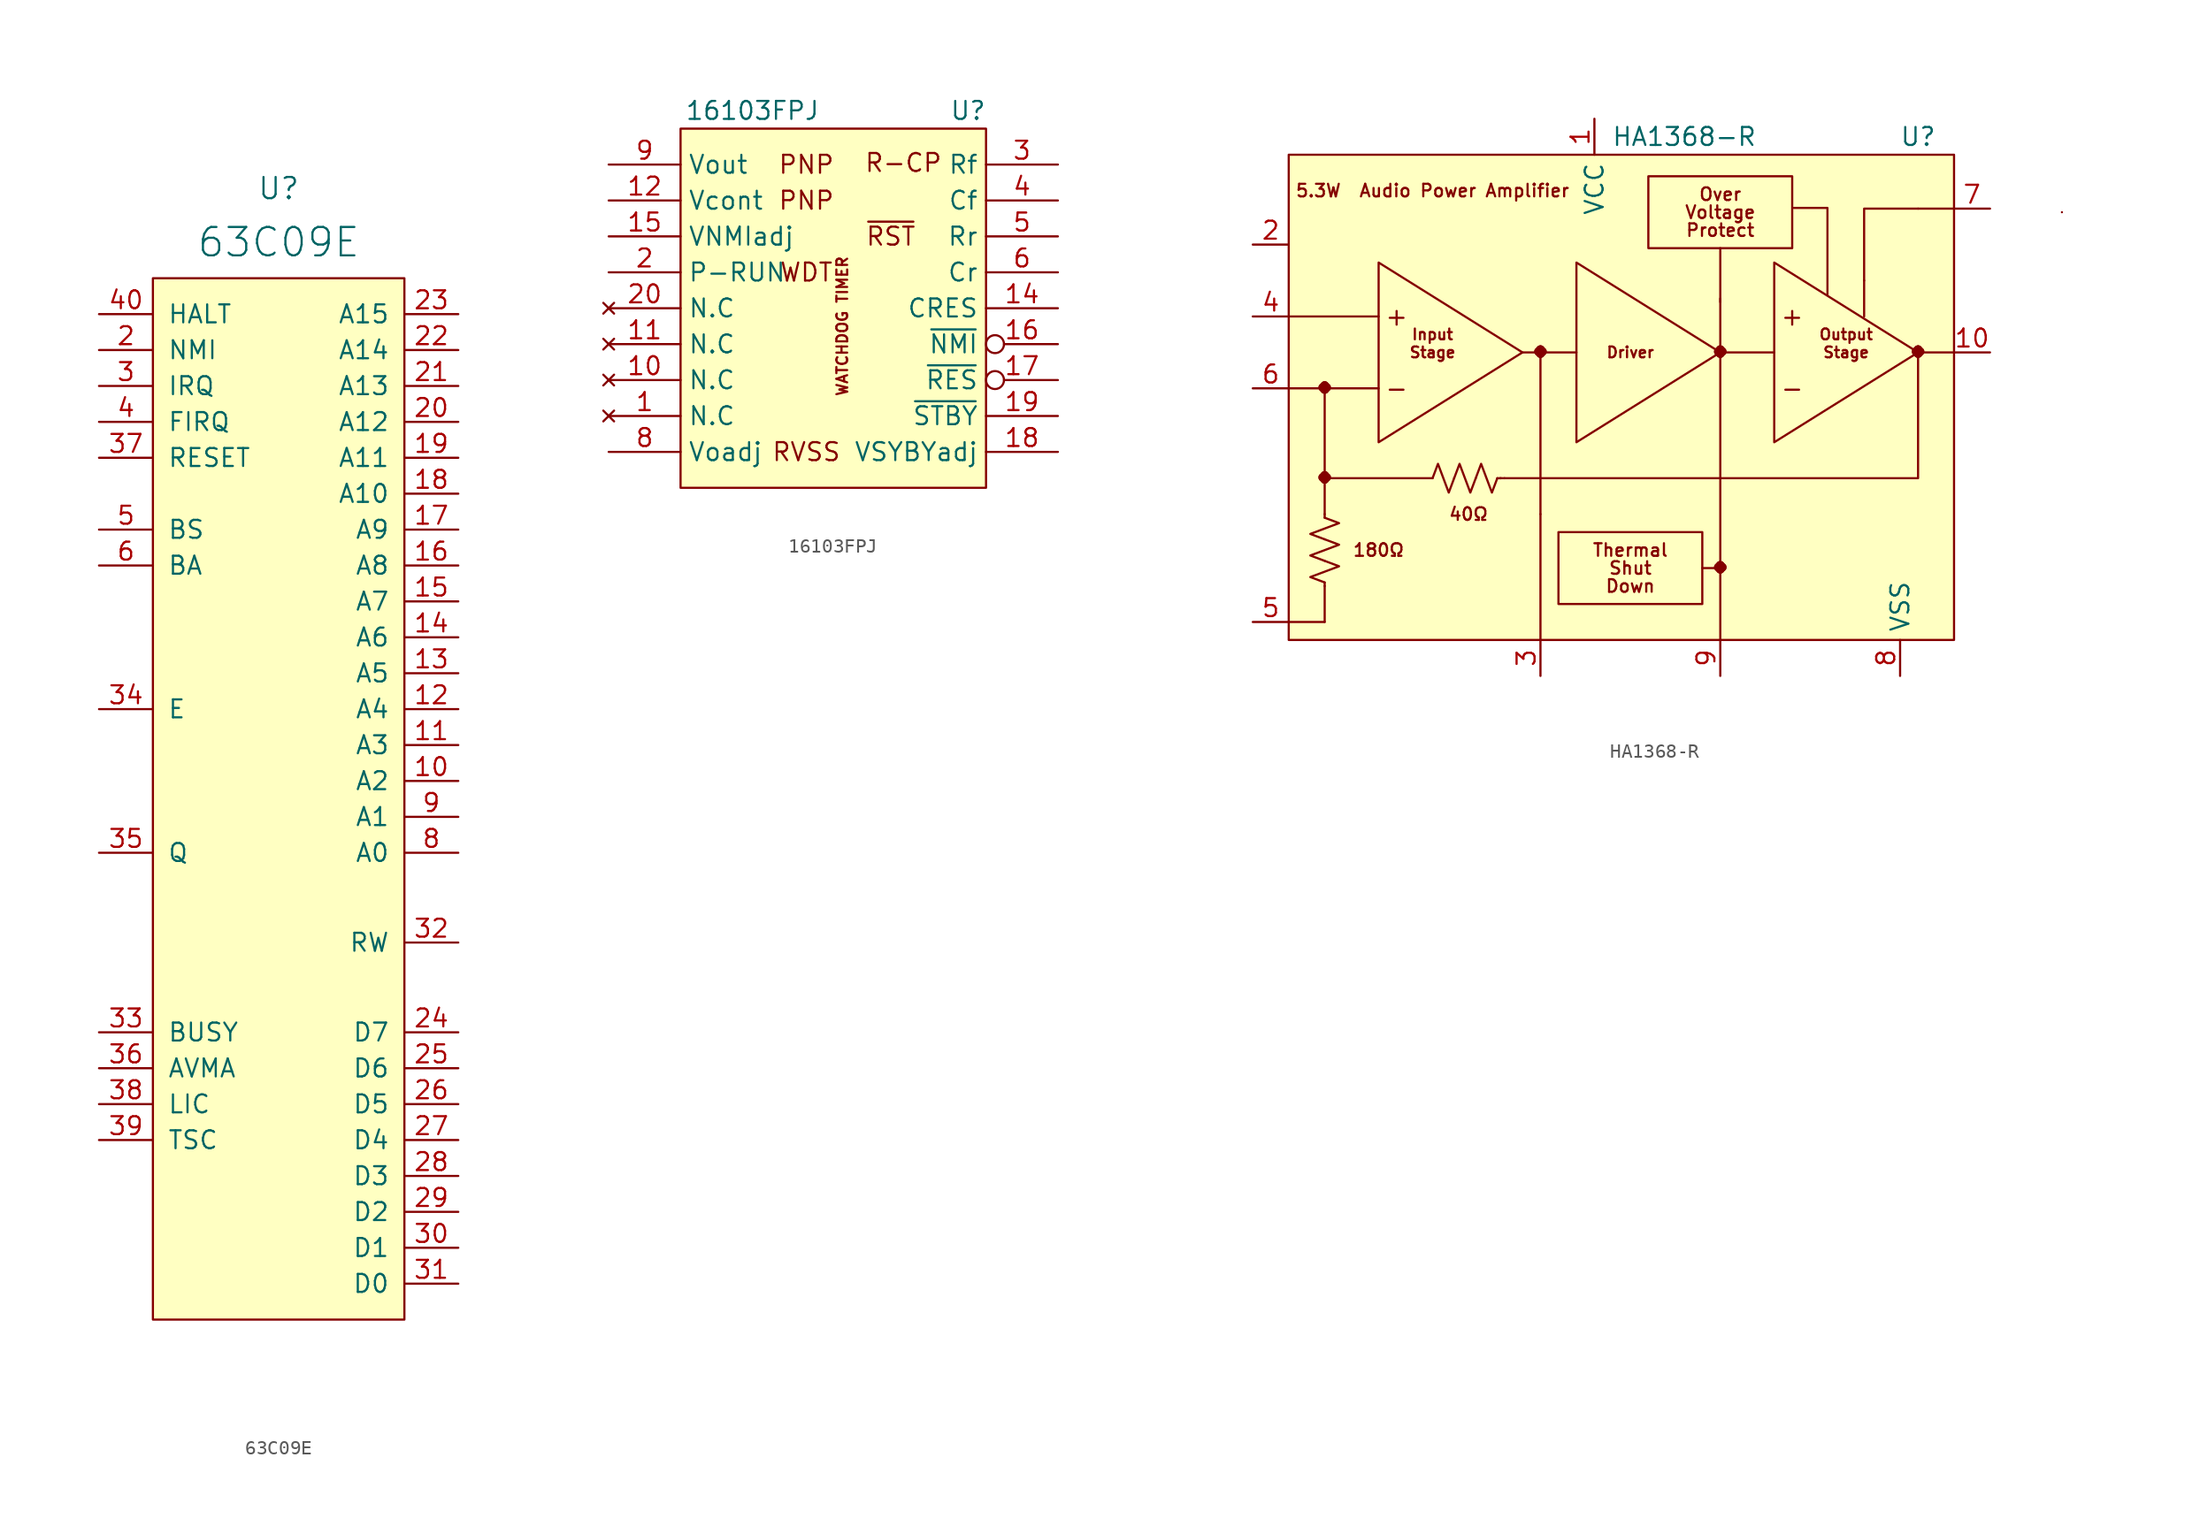
<source format=kicad_sym>
(kicad_symbol_lib
  (version 20220914)
  (generator kicad_symbol_editor)
  (symbol "63C09E"
    (pin_names
      (offset 1.016))
    (property "Reference" "U"
      (at 8.89 6.35 0)
      (effects (font (size 1.499 1.499))))
    (property "Value" "63C09E"
      (at 8.89 2.54 0)
      (effects (font (size 2.007 2.007))))
    (symbol "63C09E_0_1"
      (rectangle (start 0 0) (end 17.78 -73.66) (stroke (width 0) (type default)) (fill (type background))))
    (symbol "63C09E_1_1"
      (pin input line (at -3.81 -68.58 0) (length 3.81) hide (name "GND" (effects (font (size 1.27 1.27)))) (number "1" (effects (font (size 1.27 1.27)))))
      (pin input line (at 21.59 -35.56 180) (length 3.81) (name "A2" (effects (font (size 1.27 1.27)))) (number "10" (effects (font (size 1.27 1.27)))))
      (pin input line (at 21.59 -33.02 180) (length 3.81) (name "A3" (effects (font (size 1.27 1.27)))) (number "11" (effects (font (size 1.27 1.27)))))
      (pin input line (at 21.59 -30.48 180) (length 3.81) (name "A4" (effects (font (size 1.27 1.27)))) (number "12" (effects (font (size 1.27 1.27)))))
      (pin input line (at 21.59 -27.94 180) (length 3.81) (name "A5" (effects (font (size 1.27 1.27)))) (number "13" (effects (font (size 1.27 1.27)))))
      (pin input line (at 21.59 -25.4 180) (length 3.81) (name "A6" (effects (font (size 1.27 1.27)))) (number "14" (effects (font (size 1.27 1.27)))))
      (pin input line (at 21.59 -22.86 180) (length 3.81) (name "A7" (effects (font (size 1.27 1.27)))) (number "15" (effects (font (size 1.27 1.27)))))
      (pin input line (at 21.59 -20.32 180) (length 3.81) (name "A8" (effects (font (size 1.27 1.27)))) (number "16" (effects (font (size 1.27 1.27)))))
      (pin input line (at 21.59 -17.78 180) (length 3.81) (name "A9" (effects (font (size 1.27 1.27)))) (number "17" (effects (font (size 1.27 1.27)))))
      (pin input line (at 21.59 -15.24 180) (length 3.81) (name "A10" (effects (font (size 1.27 1.27)))) (number "18" (effects (font (size 1.27 1.27)))))
      (pin input line (at 21.59 -12.7 180) (length 3.81) (name "A11" (effects (font (size 1.27 1.27)))) (number "19" (effects (font (size 1.27 1.27)))))
      (pin input line (at -3.81 -5.08 0) (length 3.81) (name "NMI" (effects (font (size 1.27 1.27)))) (number "2" (effects (font (size 1.27 1.27)))))
      (pin input line (at 21.59 -10.16 180) (length 3.81) (name "A12" (effects (font (size 1.27 1.27)))) (number "20" (effects (font (size 1.27 1.27)))))
      (pin input line (at 21.59 -7.62 180) (length 3.81) (name "A13" (effects (font (size 1.27 1.27)))) (number "21" (effects (font (size 1.27 1.27)))))
      (pin input line (at 21.59 -5.08 180) (length 3.81) (name "A14" (effects (font (size 1.27 1.27)))) (number "22" (effects (font (size 1.27 1.27)))))
      (pin input line (at 21.59 -2.54 180) (length 3.81) (name "A15" (effects (font (size 1.27 1.27)))) (number "23" (effects (font (size 1.27 1.27)))))
      (pin input line (at 21.59 -53.34 180) (length 3.81) (name "D7" (effects (font (size 1.27 1.27)))) (number "24" (effects (font (size 1.27 1.27)))))
      (pin input line (at 21.59 -55.88 180) (length 3.81) (name "D6" (effects (font (size 1.27 1.27)))) (number "25" (effects (font (size 1.27 1.27)))))
      (pin input line (at 21.59 -58.42 180) (length 3.81) (name "D5" (effects (font (size 1.27 1.27)))) (number "26" (effects (font (size 1.27 1.27)))))
      (pin input line (at 21.59 -60.96 180) (length 3.81) (name "D4" (effects (font (size 1.27 1.27)))) (number "27" (effects (font (size 1.27 1.27)))))
      (pin input line (at 21.59 -63.5 180) (length 3.81) (name "D3" (effects (font (size 1.27 1.27)))) (number "28" (effects (font (size 1.27 1.27)))))
      (pin input line (at 21.59 -66.04 180) (length 3.81) (name "D2" (effects (font (size 1.27 1.27)))) (number "29" (effects (font (size 1.27 1.27)))))
      (pin input line (at -3.81 -7.62 0) (length 3.81) (name "IRQ" (effects (font (size 1.27 1.27)))) (number "3" (effects (font (size 1.27 1.27)))))
      (pin input line (at 21.59 -68.58 180) (length 3.81) (name "D1" (effects (font (size 1.27 1.27)))) (number "30" (effects (font (size 1.27 1.27)))))
      (pin input line (at 21.59 -71.12 180) (length 3.81) (name "D0" (effects (font (size 1.27 1.27)))) (number "31" (effects (font (size 1.27 1.27)))))
      (pin input line (at 21.59 -46.99 180) (length 3.81) (name "RW" (effects (font (size 1.27 1.27)))) (number "32" (effects (font (size 1.27 1.27)))))
      (pin input line (at -3.81 -53.34 0) (length 3.81) (name "BUSY" (effects (font (size 1.27 1.27)))) (number "33" (effects (font (size 1.27 1.27)))))
      (pin input line (at -3.81 -30.48 0) (length 3.81) (name "E" (effects (font (size 1.27 1.27)))) (number "34" (effects (font (size 1.27 1.27)))))
      (pin input line (at -3.81 -40.64 0) (length 3.81) (name "Q" (effects (font (size 1.27 1.27)))) (number "35" (effects (font (size 1.27 1.27)))))
      (pin input line (at -3.81 -55.88 0) (length 3.81) (name "AVMA" (effects (font (size 1.27 1.27)))) (number "36" (effects (font (size 1.27 1.27)))))
      (pin input line (at -3.81 -12.7 0) (length 3.81) (name "RESET" (effects (font (size 1.27 1.27)))) (number "37" (effects (font (size 1.27 1.27)))))
      (pin input line (at -3.81 -58.42 0) (length 3.81) (name "LIC" (effects (font (size 1.27 1.27)))) (number "38" (effects (font (size 1.27 1.27)))))
      (pin input line (at -3.81 -60.96 0) (length 3.81) (name "TSC" (effects (font (size 1.27 1.27)))) (number "39" (effects (font (size 1.27 1.27)))))
      (pin input line (at -3.81 -10.16 0) (length 3.81) (name "FIRQ" (effects (font (size 1.27 1.27)))) (number "4" (effects (font (size 1.27 1.27)))))
      (pin input line (at -3.81 -2.54 0) (length 3.81) (name "HALT" (effects (font (size 1.27 1.27)))) (number "40" (effects (font (size 1.27 1.27)))))
      (pin input line (at -3.81 -17.78 0) (length 3.81) (name "BS" (effects (font (size 1.27 1.27)))) (number "5" (effects (font (size 1.27 1.27)))))
      (pin input line (at -3.81 -20.32 0) (length 3.81) (name "BA" (effects (font (size 1.27 1.27)))) (number "6" (effects (font (size 1.27 1.27)))))
      (pin input line (at -3.81 -66.04 0) (length 3.81) hide (name "VCC" (effects (font (size 1.27 1.27)))) (number "7" (effects (font (size 1.27 1.27)))))
      (pin input line (at 21.59 -40.64 180) (length 3.81) (name "A0" (effects (font (size 1.27 1.27)))) (number "8" (effects (font (size 1.27 1.27)))))
      (pin input line (at 21.59 -38.1 180) (length 3.81) (name "A1" (effects (font (size 1.27 1.27)))) (number "9" (effects (font (size 1.27 1.27)))))))
  (symbol "16103FPJ"
    (property "Reference" "U"
      (at 8.89 15.24 0)
      (effects (font (size 1.27 1.27))))
    (property "Value" "16103FPJ"
      (at -6.35 15.24 0)
      (effects (font (size 1.27 1.27))))
    (symbol "16103FPJ_0_0"
      (rectangle (start -11.43 13.97) (end 10.16 -11.43) (stroke (width 0.152) (type default)) (fill (type background)))
      (text "PNP" (at -2.54 8.89 0) (effects (font (size 1.27 1.27))))
      (text "PNP" (at -2.54 11.43 0) (effects (font (size 1.27 1.27))))
      (text "R-CP" (at 4.318 11.557 0) (effects (font (size 1.27 1.27))))
      (text "RVSS" (at -2.54 -8.89 0) (effects (font (size 1.27 1.27))))
      (text "WATCHDOG TIMER" (at 0 0 900) (effects (font (size 0.762 0.762))))
      (text "WDT" (at -2.54 3.81 0) (effects (font (size 1.27 1.27))))
      (text "~{RST}" (at 3.429 6.35 0) (effects (font (size 1.27 1.27)))))
    (symbol "16103FPJ_1_1"
      (pin no_connect line (at -16.51 -6.35 0) (length 5.08) (name "N.C" (effects (font (size 1.27 1.27)))) (number "1" (effects (font (size 1.27 1.27)))))
      (pin no_connect line (at -16.51 -3.81 0) (length 5.08) (name "N.C" (effects (font (size 1.27 1.27)))) (number "10" (effects (font (size 1.27 1.27)))))
      (pin no_connect line (at -16.51 -1.27 0) (length 5.08) (name "N.C" (effects (font (size 1.27 1.27)))) (number "11" (effects (font (size 1.27 1.27)))))
      (pin input line (at -16.51 8.89 0) (length 5.08) (name "Vcont" (effects (font (size 1.27 1.27)))) (number "12" (effects (font (size 1.27 1.27)))))
      (pin power_in line (at 0 13.97 270) (length 5.08) hide (name "VCC" (effects (font (size 1.27 1.27)))) (number "13" (effects (font (size 1.27 1.27)))))
      (pin output line (at 15.24 1.27 180) (length 5.08) (name "CRES" (effects (font (size 1.27 1.27)))) (number "14" (effects (font (size 1.27 1.27)))))
      (pin input line (at -16.51 6.35 0) (length 5.08) (name "VNMIadj" (effects (font (size 1.27 1.27)))) (number "15" (effects (font (size 1.27 1.27)))))
      (pin output inverted (at 15.24 -1.27 180) (length 5.08) (name "~{NMI}" (effects (font (size 1.27 1.27)))) (number "16" (effects (font (size 1.27 1.27)))))
      (pin output inverted (at 15.24 -3.81 180) (length 5.08) (name "~{RES}" (effects (font (size 1.27 1.27)))) (number "17" (effects (font (size 1.27 1.27)))))
      (pin output line (at 15.24 -8.89 180) (length 5.08) (name "VSYBYadj" (effects (font (size 1.27 1.27)))) (number "18" (effects (font (size 1.27 1.27)))))
      (pin output line (at 15.24 -6.35 180) (length 5.08) (name "~{STBY}" (effects (font (size 1.27 1.27)))) (number "19" (effects (font (size 1.27 1.27)))))
      (pin input line (at -16.51 3.81 0) (length 5.08) (name "P-RUN" (effects (font (size 1.27 1.27)))) (number "2" (effects (font (size 1.27 1.27)))))
      (pin no_connect line (at -16.51 1.27 0) (length 5.08) (name "N.C" (effects (font (size 1.27 1.27)))) (number "20" (effects (font (size 1.27 1.27)))))
      (pin output line (at 15.24 11.43 180) (length 5.08) (name "Rf" (effects (font (size 1.27 1.27)))) (number "3" (effects (font (size 1.27 1.27)))))
      (pin output line (at 15.24 8.89 180) (length 5.08) (name "Cf" (effects (font (size 1.27 1.27)))) (number "4" (effects (font (size 1.27 1.27)))))
      (pin output line (at 15.24 6.35 180) (length 5.08) (name "Rr" (effects (font (size 1.27 1.27)))) (number "5" (effects (font (size 1.27 1.27)))))
      (pin output line (at 15.24 3.81 180) (length 5.08) (name "Cr" (effects (font (size 1.27 1.27)))) (number "6" (effects (font (size 1.27 1.27)))))
      (pin power_in line (at 0 -11.43 90) (length 5.08) hide (name "VSS" (effects (font (size 1.27 1.27)))) (number "7" (effects (font (size 1.27 1.27)))))
      (pin input line (at -16.51 -8.89 0) (length 5.08) (name "Voadj" (effects (font (size 1.27 1.27)))) (number "8" (effects (font (size 1.27 1.27)))))
      (pin input line (at -16.51 11.43 0) (length 5.08) (name "Vout" (effects (font (size 1.27 1.27)))) (number "9" (effects (font (size 1.27 1.27)))))))
  (symbol "HA1368-R"
    (property "Reference" "U"
      (at 22.86 17.78 0)
      (effects (font (size 1.27 1.27))))
    (property "Value" "HA1368-R"
      (at 6.35 17.78 0)
      (effects (font (size 1.27 1.27))))
    (symbol "HA1368-R_0_0"
      (rectangle (start -2.54 -15.24) (end 7.62 -10.16) (stroke (width 0) (type default)) (fill (type none)))
      (polyline (pts (xy -5.08 2.54) (xy -1.27 2.54)) (stroke (width 0.152) (type default)) (fill (type none)))
      (polyline (pts (xy 8.89 -12.7) (xy 7.62 -12.7)) (stroke (width 0.152) (type default)) (fill (type none)))
      (polyline (pts (xy 8.89 2.54) (xy 12.7 2.54)) (stroke (width 0.152) (type default)) (fill (type none)))
      (polyline (pts (xy 8.89 6.35) (xy 8.89 2.54)) (stroke (width 0.152) (type default)) (fill (type none)))
      (rectangle (start 3.81 9.906) (end 13.97 14.986) (stroke (width 0) (type default)) (fill (type none)))
      (rectangle (start 33.02 12.446) (end 33.02 12.446) (stroke (width 0) (type default)) (fill (type none)))
      (text "." (at 8.89 -11.43 0) (effects (font (size 2.997 2.997) bold)))
      (text "." (at 22.86 3.81 0) (effects (font (size 2.997 2.997) bold)))
      (text "180Ω" (at -15.24 -11.43 0) (effects (font (size 0.889 0.889))))
      (text "40Ω" (at -8.89 -8.89 0) (effects (font (size 0.889 0.889))))
      (text "5.3W  Audio Power Amplifier" (at -11.43 13.97 0) (effects (font (size 0.889 0.889))))
      (text "Down" (at 2.54 -13.97 0) (effects (font (size 0.889 0.889))))
      (text "Driver" (at 2.54 2.54 0) (effects (font (size 0.762 0.762))))
      (text "Input" (at -11.43 3.81 0) (effects (font (size 0.762 0.762))))
      (text "Output" (at 17.78 3.81 0) (effects (font (size 0.762 0.762))))
      (text "Over" (at 8.89 13.716 0) (effects (font (size 0.889 0.889))))
      (text "Protect" (at 8.89 11.176 0) (effects (font (size 0.889 0.889))))
      (text "Shut" (at 2.54 -12.7 0) (effects (font (size 0.889 0.889))))
      (text "Stage" (at -11.43 2.54 0) (effects (font (size 0.762 0.762))))
      (text "Stage" (at 17.78 2.54 0) (effects (font (size 0.762 0.762))))
      (text "Thermal" (at 2.54 -11.43 0) (effects (font (size 0.889 0.889))))
      (text "Voltage" (at 8.89 12.446 0) (effects (font (size 0.889 0.889)))))
    (symbol "HA1368-R_0_1"
      (rectangle (start -21.59 16.51) (end 25.4 -17.78) (stroke (width 0.152) (type default)) (fill (type background)))
      (polyline (pts (xy -21.59 -16.51) (xy -19.05 -16.51)) (stroke (width 0.152) (type default)) (fill (type none)))
      (polyline (pts (xy -21.59 0) (xy -19.05 0)) (stroke (width 0.152) (type default)) (fill (type none)))
      (polyline (pts (xy -21.59 5.08) (xy -15.24 5.08)) (stroke (width 0.152) (type default)) (fill (type none)))
      (polyline (pts (xy -19.05 -13.97) (xy -19.05 -16.51)) (stroke (width 0.152) (type default)) (fill (type none)))
      (polyline (pts (xy -19.05 -13.716) (xy -19.05 -13.97)) (stroke (width 0) (type default)) (fill (type none)))
      (polyline (pts (xy -19.05 -9.144) (xy -19.05 -8.89)) (stroke (width 0) (type default)) (fill (type none)))
      (polyline (pts (xy -19.05 -6.35) (xy -11.43 -6.35)) (stroke (width 0.152) (type default)) (fill (type none)))
      (polyline (pts (xy -19.05 0) (xy -19.05 -8.89)) (stroke (width 0.152) (type default)) (fill (type none)))
      (polyline (pts (xy -19.05 0) (xy -15.24 0)) (stroke (width 0.152) (type default)) (fill (type none)))
      (polyline (pts (xy -6.858 -6.35) (xy -6.604 -6.35)) (stroke (width 0) (type default)) (fill (type none)))
      (polyline (pts (xy -6.35 -6.35) (xy -6.655 -6.35)) (stroke (width 0.152) (type default)) (fill (type none)))
      (polyline (pts (xy -3.81 -8.89) (xy -3.81 -17.78)) (stroke (width 0.152) (type default)) (fill (type none)))
      (polyline (pts (xy -3.81 2.54) (xy -3.81 -8.89)) (stroke (width 0.152) (type default)) (fill (type none)))
      (polyline (pts (xy 8.89 -17.78) (xy 8.89 2.54)) (stroke (width 0.152) (type default)) (fill (type none)))
      (polyline (pts (xy 8.89 9.906) (xy 8.89 6.096)) (stroke (width 0) (type default)) (fill (type none)))
      (polyline (pts (xy 19.05 7.62) (xy 19.05 5.08)) (stroke (width 0.152) (type default)) (fill (type none)))
      (polyline (pts (xy 25.4 2.54) (xy 22.86 2.54)) (stroke (width 0.152) (type default)) (fill (type none)))
      (polyline (pts (xy 25.4 12.7) (xy 22.86 12.7)) (stroke (width 0.152) (type default)) (fill (type none)))
      (polyline (pts (xy -6.35 -6.35) (xy 22.86 -6.35) (xy 22.86 2.54)) (stroke (width 0.152) (type default)) (fill (type none)))
      (polyline (pts (xy 14.072 12.751) (xy 16.459 12.751) (xy 16.459 6.604)) (stroke (width 0.152) (type default)) (fill (type none)))
      (polyline (pts (xy 22.86 12.7) (xy 19.05 12.7) (xy 19.05 7.62)) (stroke (width 0.152) (type default)) (fill (type none)))
      (polyline (pts (xy -19.05 -12.192) (xy -18.034 -12.573) (xy -19.05 -12.954) (xy -20.066 -13.335) (xy -19.05 -13.716)) (stroke (width 0) (type default)) (fill (type none)))
      (polyline (pts (xy -19.05 -10.668) (xy -18.034 -11.049) (xy -19.05 -11.43) (xy -20.066 -11.811) (xy -19.05 -12.192)) (stroke (width 0) (type default)) (fill (type none)))
      (polyline (pts (xy -19.05 -9.144) (xy -18.034 -9.525) (xy -19.05 -9.906) (xy -20.066 -10.287) (xy -19.05 -10.668)) (stroke (width 0) (type default)) (fill (type none)))
      (polyline (pts (xy -11.43 -6.35) (xy -11.049 -5.334) (xy -10.668 -6.35) (xy -10.287 -7.366) (xy -9.906 -6.35)) (stroke (width 0) (type default)) (fill (type none)))
      (polyline (pts (xy -9.906 -6.35) (xy -9.525 -5.334) (xy -9.144 -6.35) (xy -8.763 -7.366) (xy -8.382 -6.35)) (stroke (width 0) (type default)) (fill (type none)))
      (polyline (pts (xy -8.382 -6.35) (xy -8.001 -5.334) (xy -7.62 -6.35) (xy -7.239 -7.366) (xy -6.858 -6.35)) (stroke (width 0) (type default)) (fill (type none))))
    (symbol "HA1368-R_1_1"
      (polyline (pts (xy -5.08 2.54) (xy -15.24 8.89) (xy -15.24 -3.81) (xy -5.08 2.54)) (stroke (width 0) (type default)) (fill (type none)))
      (polyline (pts (xy 8.89 2.54) (xy -1.27 8.89) (xy -1.27 -3.81) (xy 8.89 2.54)) (stroke (width 0) (type default)) (fill (type none)))
      (polyline (pts (xy 22.86 2.54) (xy 12.7 8.89) (xy 12.7 -3.81) (xy 22.86 2.54)) (stroke (width 0) (type default)) (fill (type none)))
      (text "+" (at -13.97 5.08 0) (effects (font (size 1.27 1.27))))
      (text "+" (at 13.97 5.08 0) (effects (font (size 1.27 1.27))))
      (text "-" (at -13.97 0 0) (effects (font (size 1.27 1.27))))
      (text "-" (at 13.97 0 0) (effects (font (size 1.27 1.27))))
      (text "." (at -19.05 -5.08 0) (effects (font (size 2.997 2.997) bold)))
      (text "." (at -19.05 1.27 0) (effects (font (size 2.997 2.997) bold)))
      (text "." (at -3.81 3.81 0) (effects (font (size 2.997 2.997) bold)))
      (text "." (at 8.89 3.81 0) (effects (font (size 2.997 2.997) bold)))
      (pin power_in line (at 0 19.05 270) (length 2.54) (name "VCC" (effects (font (size 1.27 1.27)))) (number "1" (effects (font (size 1.27 1.27)))))
      (pin output line (at 27.94 2.54 180) (length 2.54) (name "~" (effects (font (size 1.27 1.27)))) (number "10" (effects (font (size 1.27 1.27)))))
      (pin input line (at -24.13 10.16 0) (length 2.54) (name "~" (effects (font (size 1.27 1.27)))) (number "2" (effects (font (size 1.27 1.27)))))
      (pin output line (at -3.81 -20.32 90) (length 2.54) (name "" (effects (font (size 1.27 1.27)))) (number "3" (effects (font (size 1.27 1.27)))))
      (pin input line (at -24.13 5.08 0) (length 2.54) (name "" (effects (font (size 1.27 1.27)))) (number "4" (effects (font (size 1.27 1.27)))))
      (pin input line (at -24.13 -16.51 0) (length 2.54) (name "~" (effects (font (size 1.27 1.27)))) (number "5" (effects (font (size 1.27 1.27)))))
      (pin input line (at -24.13 0 0) (length 2.54) (name "~" (effects (font (size 1.27 1.27)))) (number "6" (effects (font (size 1.27 1.27)))))
      (pin output line (at 27.94 12.7 180) (length 2.54) (name "~" (effects (font (size 1.27 1.27)))) (number "7" (effects (font (size 1.27 1.27)))))
      (pin power_in line (at 21.59 -20.32 90) (length 2.54) (name "VSS" (effects (font (size 1.27 1.27)))) (number "8" (effects (font (size 1.27 1.27)))))
      (pin output line (at 8.89 -20.32 90) (length 2.54) (name "" (effects (font (size 1.27 1.27)))) (number "9" (effects (font (size 1.27 1.27))))))))
</source>
